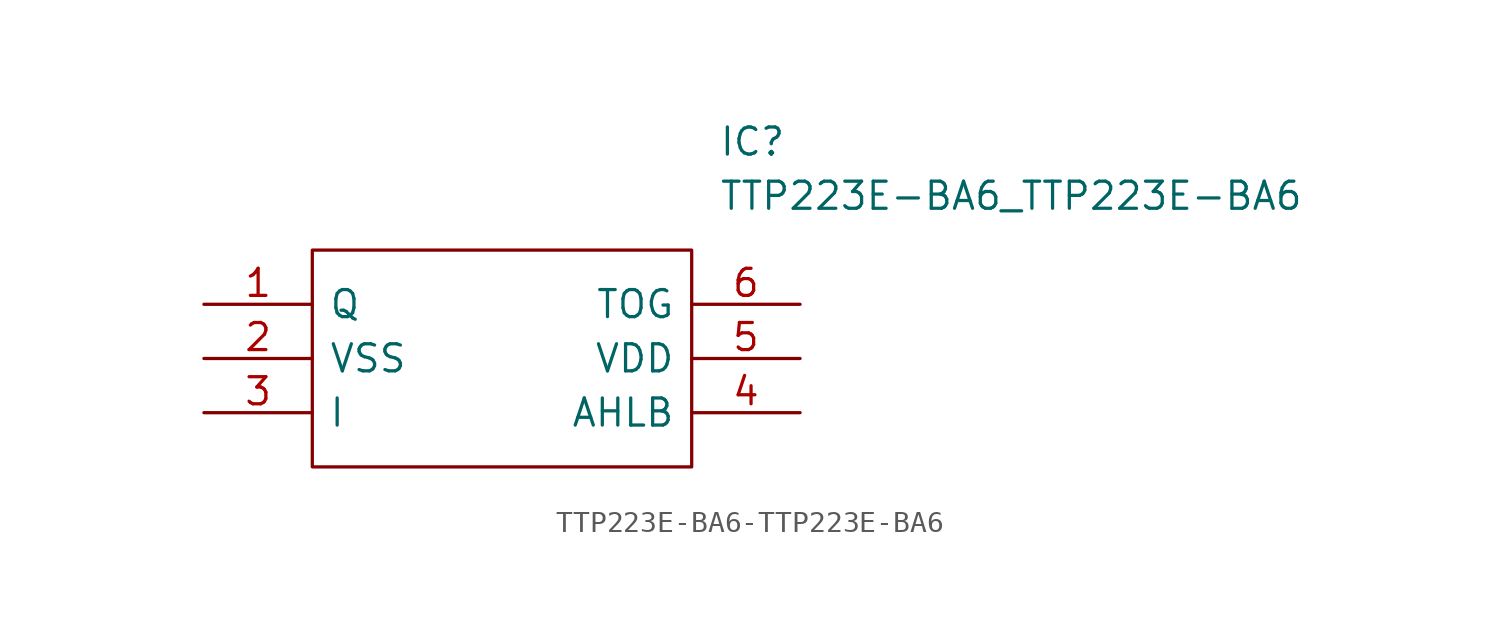
<source format=kicad_sym>
(kicad_symbol_lib
  (version 20220914)
  (generator kicad_symbol_editor)
  (symbol "TTP223E-BA6-TTP223E-BA6"
    (pin_names
      (offset 0.762))
    (property "Reference" "IC"
      (at 24.13 7.62 0)
      (effects (font (size 1.27 1.27)) (justify left)))
    (property "Value" "TTP223E-BA6_TTP223E-BA6"
      (at 24.13 5.08 0)
      (effects (font (size 1.27 1.27)) (justify left)))
    (symbol "TTP223E-BA6-TTP223E-BA6_0_0"
      (pin passive line (at 0 0 0) (length 5.08) (name "Q" (effects (font (size 1.27 1.27)))) (number "1" (effects (font (size 1.27 1.27)))))
      (pin passive line (at 0 -2.54 0) (length 5.08) (name "VSS" (effects (font (size 1.27 1.27)))) (number "2" (effects (font (size 1.27 1.27)))))
      (pin passive line (at 0 -5.08 0) (length 5.08) (name "I" (effects (font (size 1.27 1.27)))) (number "3" (effects (font (size 1.27 1.27)))))
      (pin passive line (at 27.94 -5.08 180) (length 5.08) (name "AHLB" (effects (font (size 1.27 1.27)))) (number "4" (effects (font (size 1.27 1.27)))))
      (pin passive line (at 27.94 -2.54 180) (length 5.08) (name "VDD" (effects (font (size 1.27 1.27)))) (number "5" (effects (font (size 1.27 1.27)))))
      (pin passive line (at 27.94 0 180) (length 5.08) (name "TOG" (effects (font (size 1.27 1.27)))) (number "6" (effects (font (size 1.27 1.27))))))
    (symbol "TTP223E-BA6-TTP223E-BA6_0_1"
      (polyline (pts (xy 5.08 2.54) (xy 22.86 2.54) (xy 22.86 -7.62) (xy 5.08 -7.62) (xy 5.08 2.54)) (stroke (width 0.152) (type solid)) (fill (type none))))))
</source>
